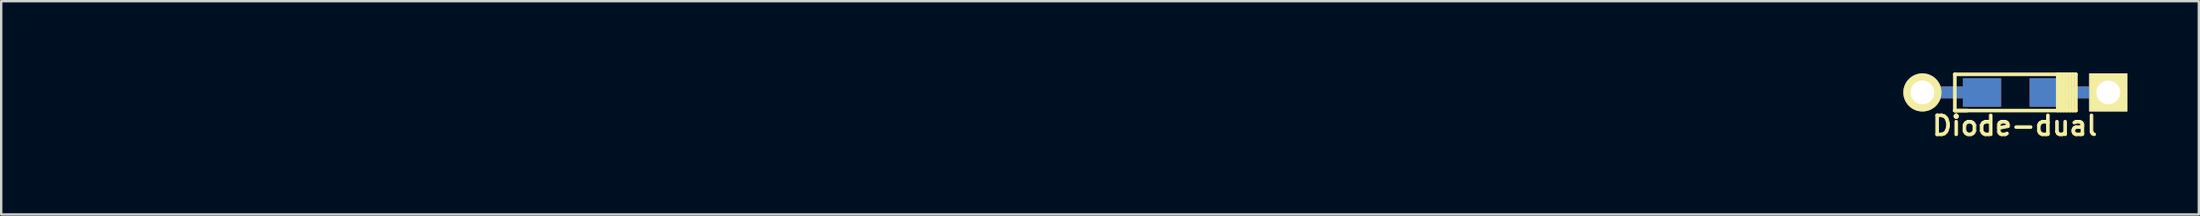
<source format=kicad_pcb>
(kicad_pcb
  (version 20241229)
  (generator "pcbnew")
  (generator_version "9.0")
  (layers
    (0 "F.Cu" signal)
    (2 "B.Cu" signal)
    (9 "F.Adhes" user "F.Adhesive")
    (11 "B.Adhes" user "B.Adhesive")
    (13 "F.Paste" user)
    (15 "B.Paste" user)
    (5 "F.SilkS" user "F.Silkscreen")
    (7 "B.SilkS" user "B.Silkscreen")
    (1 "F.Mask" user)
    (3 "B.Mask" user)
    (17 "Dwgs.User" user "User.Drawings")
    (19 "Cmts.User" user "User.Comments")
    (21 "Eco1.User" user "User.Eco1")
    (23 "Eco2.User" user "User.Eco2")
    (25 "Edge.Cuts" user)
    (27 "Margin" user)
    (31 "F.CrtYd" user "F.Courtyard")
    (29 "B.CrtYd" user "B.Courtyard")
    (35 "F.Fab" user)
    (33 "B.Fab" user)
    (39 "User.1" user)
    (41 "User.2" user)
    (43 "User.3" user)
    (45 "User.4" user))
  (footprint "Diode-dual"
    (layer "F.Cu")
    (at 0.25 0.837)
    (property "Reference" "Diode-dual" (at 81.255 1.4 0) (layer "F.SilkS") (effects (font (size 0.8 0.8) (thickness 0.15))))
    (attr smd)
    (fp_line (start 78.74 -0.762) (end 78.74 0.762) (stroke (width 0.15) (type solid)) (layer "F.SilkS"))
    (fp_line (start 78.74 0.762) (end 79.248 0.762) (stroke (width 0.15) (type solid)) (layer "F.SilkS"))
    (fp_line (start 78.74 0.762) (end 83.82 0.762) (stroke (width 0.15) (type solid)) (layer "F.SilkS"))
    (fp_line (start 83.058 0.762) (end 83.058 -0.762) (stroke (width 0.15) (type solid)) (layer "F.SilkS"))
    (fp_line (start 83.185 0.762) (end 83.185 -0.762) (stroke (width 0.15) (type solid)) (layer "F.SilkS"))
    (fp_line (start 83.312 -0.762) (end 83.312 0.762) (stroke (width 0.15) (type solid)) (layer "F.SilkS"))
    (fp_line (start 83.439 0.762) (end 83.439 -0.762) (stroke (width 0.15) (type solid)) (layer "F.SilkS"))
    (fp_line (start 83.566 -0.762) (end 83.566 0.762) (stroke (width 0.15) (type solid)) (layer "F.SilkS"))
    (fp_line (start 83.693 0.762) (end 83.693 -0.762) (stroke (width 0.15) (type solid)) (layer "F.SilkS"))
    (fp_line (start 83.82 -0.762) (end 78.74 -0.762) (stroke (width 0.15) (type solid)) (layer "F.SilkS"))
    (fp_line (start 83.82 0.762) (end 83.82 -0.762) (stroke (width 0.15) (type solid)) (layer "F.SilkS"))
    (pad "1" smd rect (at 82.68 0) (size 1.6 1.2) (layers "F.Cu" "F.Mask" "F.Paste"))
    (pad "1" smd rect (at 82.68 0) (size 1.6 1.2) (layers "B.Cu" "B.Mask" "B.Paste"))
    (pad "1" smd rect (at 83.98 0) (size 2.5 0.5) (layers "F.Cu"))
    (pad "1" smd rect (at 83.98 0) (size 2.5 0.5) (layers "B.Cu"))
    (pad "1" thru_hole rect (at 85.18 0) (size 1.6 1.6) (drill 1) (layers "*.Cu" "*.Mask" "F.SilkS"))
    (pad "2" thru_hole circle (at 77.38 0) (size 1.6 1.6) (drill 1) (layers "*.Cu" "*.Mask" "F.SilkS"))
    (pad "2" smd rect (at 78.58 0) (size 2.5 0.5) (layers "F.Cu"))
    (pad "2" smd rect (at 78.58 0) (size 2.5 0.5) (layers "B.Cu"))
    (pad "2" smd rect (at 79.88 0) (size 1.6 1.2) (layers "F.Cu" "F.Mask" "F.Paste"))
    (pad "2" smd rect (at 79.88 0) (size 1.6 1.2) (layers "B.Cu" "B.Mask" "B.Paste")))
  (gr_rect
    (start -3 -3)
    (end 89.23 5.968)
    (stroke (width 0.1) (type default))
    (fill no)
    (layer "Edge.Cuts")))
</source>
